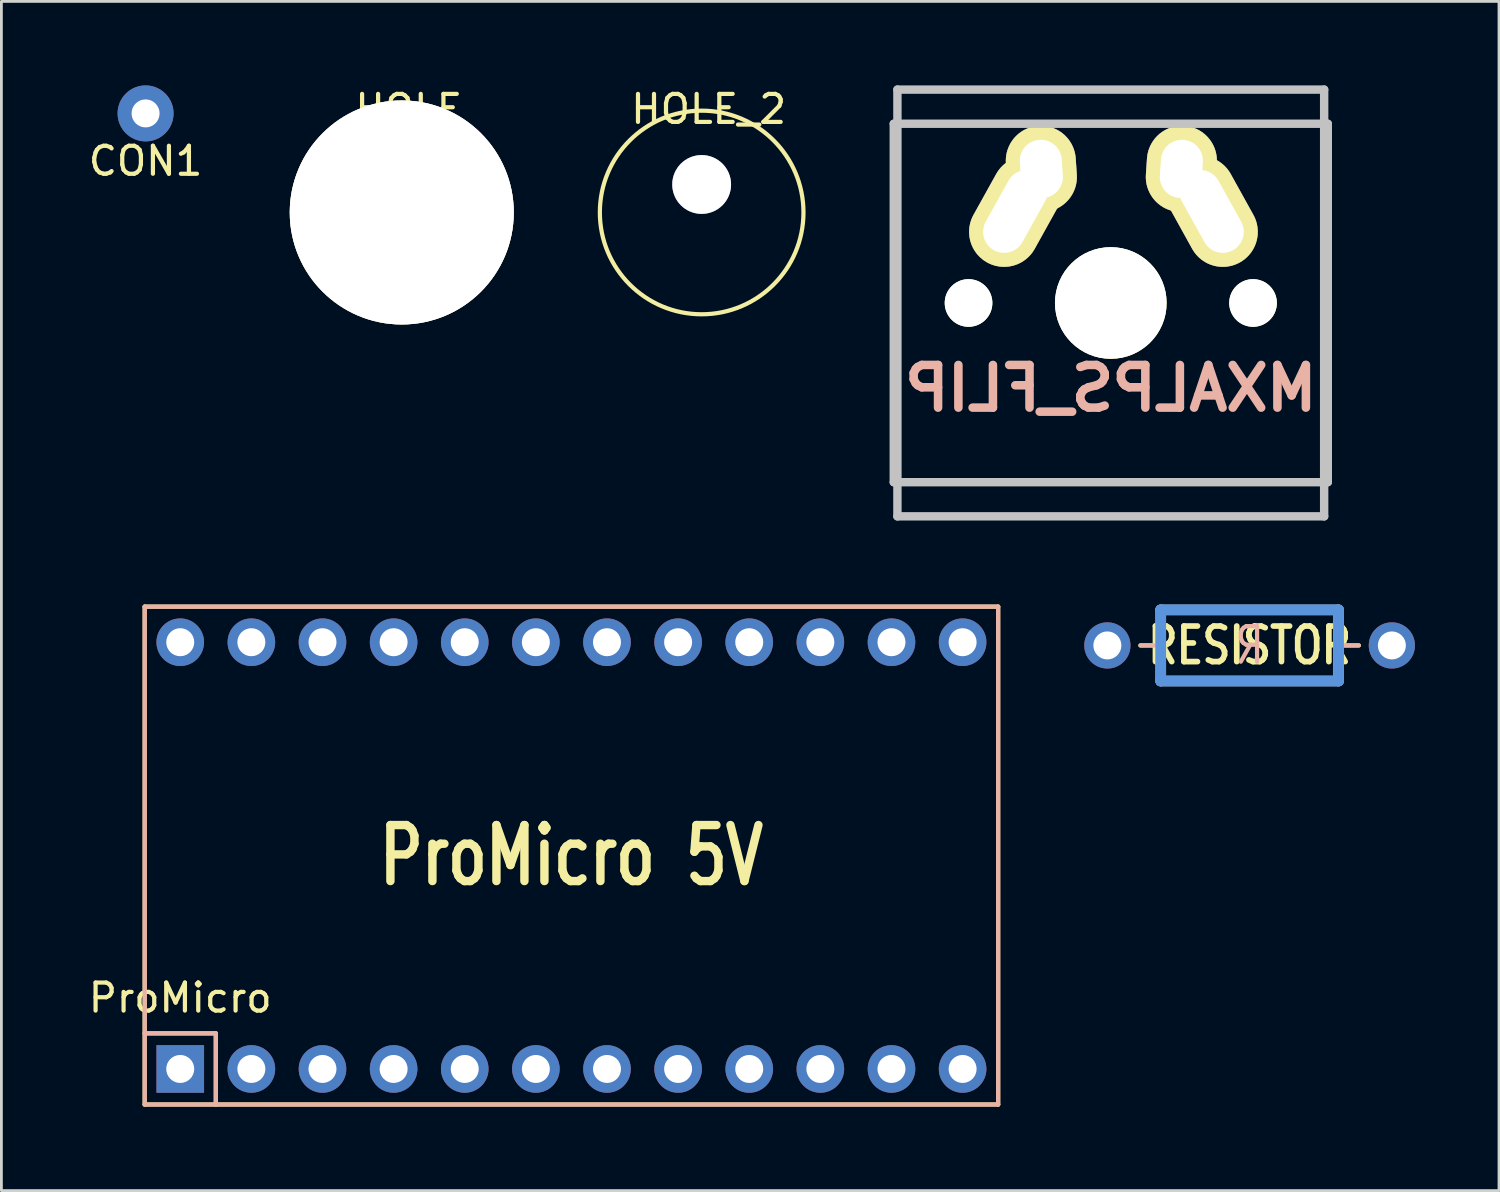
<source format=kicad_pcb>
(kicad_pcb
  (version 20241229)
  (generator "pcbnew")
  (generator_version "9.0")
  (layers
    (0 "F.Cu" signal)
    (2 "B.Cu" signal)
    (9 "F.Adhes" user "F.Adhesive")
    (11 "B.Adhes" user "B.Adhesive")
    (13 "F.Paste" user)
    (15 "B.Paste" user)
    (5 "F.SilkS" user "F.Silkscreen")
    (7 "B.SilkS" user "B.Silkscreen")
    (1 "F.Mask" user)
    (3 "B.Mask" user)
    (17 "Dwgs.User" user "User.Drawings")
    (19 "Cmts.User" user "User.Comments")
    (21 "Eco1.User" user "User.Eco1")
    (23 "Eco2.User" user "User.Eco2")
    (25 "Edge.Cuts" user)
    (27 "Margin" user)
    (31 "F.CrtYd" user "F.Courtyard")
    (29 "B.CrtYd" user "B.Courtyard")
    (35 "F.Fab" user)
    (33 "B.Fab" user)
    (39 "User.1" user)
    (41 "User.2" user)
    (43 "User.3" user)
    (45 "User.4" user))
  (footprint "HOLE_2"
    (layer "F.Cu")
    (at 23.658 5.238)
    (property "Reference" "HOLE_2" (at -1.4 -4.39 0) (layer "F.SilkS") (effects (font (size 1 1) (thickness 0.15))))
    (attr through_hole)
    (fp_circle (center -1.65 -0.7) (end 0.85 1.94) (stroke (width 0.15) (type solid)) (fill no) (layer "F.SilkS"))
    (pad "" thru_hole circle (at -1.65 -1.7) (size 2.1 2.1) (drill 2.1) (layers "*.Cu" "*.Mask")))
  (footprint "CON1"
    (layer "F.Cu")
    (at 2.149 1)
    (property "Reference" "CON1" (at 0 1.7 0) (layer "F.SilkS") (effects (font (size 1 1) (thickness 0.15))))
    (attr through_hole)
    (pad "1" thru_hole circle (at 0 0) (size 2 2) (drill 1) (layers "*.Cu" "*.Mask")))
  (footprint "HOLE"
    (layer "F.Cu")
    (at 12.948 5.238)
    (property "Reference" "HOLE" (at -1.4 -4.39 0) (layer "F.SilkS") (effects (font (size 1 1) (thickness 0.15))))
    (attr through_hole)
    (fp_circle (center -1.65 -0.7) (end 0.85 1.94) (stroke (width 0.15) (type solid)) (fill no) (layer "F.SilkS"))
    (pad "" thru_hole circle (at -1.65 -0.7) (size 8 8) (drill 8) (layers "*.Cu" "*.Mask" "F.SilkS")))
  (footprint "MXALPS_FLIP"
    (layer "F.Cu")
    (at 36.619 7.77)
    (property "Reference" "MXALPS_FLIP" (at 0 3.048 0) (layer "B.SilkS") (effects (font (size 1.524 1.524) (thickness 0.305)) (justify mirror)))
    (attr through_hole)
    (fp_line (start -7.75 6.4) (end -7.75 -6.4) (stroke (width 0.3) (type solid)) (layer "Dwgs.User"))
    (fp_line (start -7.75 6.4) (end 7.75 6.4) (stroke (width 0.3) (type solid)) (layer "Dwgs.User"))
    (fp_line (start -7.62 -7.62) (end 7.62 -7.62) (stroke (width 0.3) (type solid)) (layer "Dwgs.User"))
    (fp_line (start -7.62 7.62) (end -7.62 -7.62) (stroke (width 0.3) (type solid)) (layer "Dwgs.User"))
    (fp_line (start 7.62 -7.62) (end 7.62 7.62) (stroke (width 0.3) (type solid)) (layer "Dwgs.User"))
    (fp_line (start 7.62 7.62) (end -7.62 7.62) (stroke (width 0.3) (type solid)) (layer "Dwgs.User"))
    (fp_line (start 7.75 -6.4) (end -7.75 -6.4) (stroke (width 0.3) (type solid)) (layer "Dwgs.User"))
    (fp_line (start 7.75 6.4) (end 7.75 -6.4) (stroke (width 0.3) (type solid)) (layer "Dwgs.User"))
    (pad "" np_thru_hole circle (at -5.08 0) (size 1.702 1.702) (drill 1.702) (layers "*.Cu" "*.Mask" "F.SilkS"))
    (pad "" np_thru_hole circle (at 0 0) (size 3.988 3.988) (drill 3.988) (layers "*.Cu" "*.Mask" "F.SilkS"))
    (pad "" np_thru_hole circle (at 5.08 0) (size 1.702 1.702) (drill 1.702) (layers "*.Cu" "*.Mask" "F.SilkS"))
    (pad "1" thru_hole oval (at -3.405 -3.27 330.95) (size 2.5 4.17) (drill oval 1.5 3.17) (layers "*.Cu" "*.Mask" "F.SilkS"))
    (pad "1" thru_hole oval (at -2.48 -4.79 3.9) (size 2.5 3.08) (drill oval 1.5 2.08) (layers "*.Cu" "*.Mask" "F.SilkS"))
    (pad "2" thru_hole oval (at 2.52 -4.79 356.1) (size 2.5 3.08) (drill oval 1.5 2.08) (layers "*.Cu" "*.Mask" "F.SilkS"))
    (pad "2" thru_hole oval (at 3.595 -3.27 29) (size 2.5 4.17) (drill oval 1.5 3.17) (layers "*.Cu" "*.Mask" "F.SilkS")))
  (footprint "RESISTOR"
    (layer "F.Cu")
    (at 41.577 20)
    (property "Reference" "RESISTOR" (at 0 0 0) (layer "F.SilkS") (effects (font (size 1.27 1.016) (thickness 0.203))))
    (attr through_hole)
    (fp_line (start -3.2 -1.3) (end 3.2 -1.3) (stroke (width 0.15) (type solid)) (layer "F.SilkS"))
    (fp_line (start -3.2 0) (end -3.9 0) (stroke (width 0.15) (type solid)) (layer "F.SilkS"))
    (fp_line (start -3.2 1.3) (end -3.2 -1.3) (stroke (width 0.15) (type solid)) (layer "F.SilkS"))
    (fp_line (start 3.2 -1.3) (end 3.2 1.3) (stroke (width 0.15) (type solid)) (layer "F.SilkS"))
    (fp_line (start 3.2 0) (end 3.9 0) (stroke (width 0.15) (type solid)) (layer "F.SilkS"))
    (fp_line (start 3.2 1.3) (end -3.2 1.3) (stroke (width 0.15) (type solid)) (layer "F.SilkS"))
    (fp_line (start -3.9 0) (end -3.2 0) (stroke (width 0.15) (type solid)) (layer "B.SilkS"))
    (fp_line (start -3.2 -1.3) (end 3.2 -1.3) (stroke (width 0.15) (type solid)) (layer "B.SilkS"))
    (fp_line (start -3.2 1.3) (end -3.2 -1.3) (stroke (width 0.15) (type solid)) (layer "B.SilkS"))
    (fp_line (start 3.2 -1.3) (end 3.2 1.3) (stroke (width 0.15) (type solid)) (layer "B.SilkS"))
    (fp_line (start 3.2 0) (end 3.9 0) (stroke (width 0.15) (type solid)) (layer "B.SilkS"))
    (fp_line (start 3.2 1.3) (end -3.2 1.3) (stroke (width 0.15) (type solid)) (layer "B.SilkS"))
    (fp_line (start -3.175 -1.27) (end 3.175 -1.27) (stroke (width 0.381) (type solid)) (layer "Dwgs.User"))
    (fp_line (start -3.175 1.27) (end -3.175 -1.27) (stroke (width 0.381) (type solid)) (layer "Dwgs.User"))
    (fp_line (start 0 0) (end 0 0) (stroke (width 0.025) (type solid)) (layer "Dwgs.User"))
    (fp_line (start 3.175 -1.27) (end 3.175 1.27) (stroke (width 0.381) (type solid)) (layer "Dwgs.User"))
    (fp_line (start 3.175 1.27) (end -3.175 1.27) (stroke (width 0.381) (type solid)) (layer "Dwgs.User"))
    (fp_line (start -3.175 -1.27) (end 3.175 -1.27) (stroke (width 0.381) (type solid)) (layer "Cmts.User"))
    (fp_line (start -3.175 1.27) (end -3.175 -1.27) (stroke (width 0.381) (type solid)) (layer "Cmts.User"))
    (fp_line (start 3.175 -1.27) (end 3.175 1.27) (stroke (width 0.381) (type solid)) (layer "Cmts.User"))
    (fp_line (start 3.175 1.27) (end -3.175 1.27) (stroke (width 0.381) (type solid)) (layer "Cmts.User"))
    (fp_text user "R" (at 0 0 0) (layer "B.SilkS") (effects (font (size 1.27 1.016) (thickness 0.15)) (justify mirror)))
    (pad "1" thru_hole circle (at -5.08 0) (size 1.651 1.651) (drill 1) (layers "*.Cu" "*.Mask"))
    (pad "2" thru_hole circle (at 5.08 0) (size 1.651 1.651) (drill 1) (layers "*.Cu" "*.Mask")))
  (footprint "ProMicro"
    (layer "F.Cu")
    (at 17.357 27.505)
    (property "Reference" "ProMicro" (at -13.97 5.08 0) (layer "F.SilkS") (effects (font (size 1 1) (thickness 0.15))))
    (attr through_hole)
    (fp_line (start -15.24 -8.89) (end 15.24 -8.89) (stroke (width 0.15) (type solid)) (layer "F.SilkS"))
    (fp_line (start -15.24 8.89) (end -15.24 -8.89) (stroke (width 0.15) (type solid)) (layer "F.SilkS"))
    (fp_line (start -12.7 6.35) (end -15.24 6.35) (stroke (width 0.15) (type solid)) (layer "F.SilkS"))
    (fp_line (start -12.7 8.89) (end -12.7 6.35) (stroke (width 0.15) (type solid)) (layer "F.SilkS"))
    (fp_line (start 15.24 -8.89) (end 15.24 8.89) (stroke (width 0.15) (type solid)) (layer "F.SilkS"))
    (fp_line (start 15.24 8.89) (end -15.24 8.89) (stroke (width 0.15) (type solid)) (layer "F.SilkS"))
    (fp_line (start -15.24 -8.89) (end 15.24 -8.89) (stroke (width 0.15) (type solid)) (layer "B.SilkS"))
    (fp_line (start -15.24 6.35) (end -12.7 6.35) (stroke (width 0.15) (type solid)) (layer "B.SilkS"))
    (fp_line (start -15.24 8.89) (end -15.24 -8.89) (stroke (width 0.15) (type solid)) (layer "B.SilkS"))
    (fp_line (start -12.7 6.35) (end -12.7 8.89) (stroke (width 0.15) (type solid)) (layer "B.SilkS"))
    (fp_line (start 15.24 -8.89) (end 15.24 8.89) (stroke (width 0.15) (type solid)) (layer "B.SilkS"))
    (fp_line (start 15.24 8.89) (end -15.24 8.89) (stroke (width 0.15) (type solid)) (layer "B.SilkS"))
    (fp_text user "ProMicro 5V" (at 0 0 0) (layer "F.SilkS") (effects (font (size 2 1.5) (thickness 0.3))))
    (pad "1" thru_hole rect (at -13.97 7.62) (size 1.7 1.7) (drill 1) (layers "*.Cu" "*.Mask"))
    (pad "2" thru_hole circle (at -11.43 7.62) (size 1.7 1.7) (drill 1) (layers "*.Cu" "*.Mask"))
    (pad "3" thru_hole circle (at -8.89 7.62) (size 1.7 1.7) (drill 1) (layers "*.Cu" "*.Mask"))
    (pad "4" thru_hole circle (at -6.35 7.62) (size 1.7 1.7) (drill 1) (layers "*.Cu" "*.Mask"))
    (pad "5" thru_hole circle (at -3.81 7.62) (size 1.7 1.7) (drill 1) (layers "*.Cu" "*.Mask"))
    (pad "6" thru_hole circle (at -1.27 7.62) (size 1.7 1.7) (drill 1) (layers "*.Cu" "*.Mask"))
    (pad "7" thru_hole circle (at 1.27 7.62) (size 1.7 1.7) (drill 1) (layers "*.Cu" "*.Mask"))
    (pad "8" thru_hole circle (at 3.81 7.62) (size 1.7 1.7) (drill 1) (layers "*.Cu" "*.Mask"))
    (pad "9" thru_hole circle (at 6.35 7.62) (size 1.7 1.7) (drill 1) (layers "*.Cu" "*.Mask"))
    (pad "10" thru_hole circle (at 8.89 7.62) (size 1.7 1.7) (drill 1) (layers "*.Cu" "*.Mask"))
    (pad "11" thru_hole circle (at 11.43 7.62) (size 1.7 1.7) (drill 1) (layers "*.Cu" "*.Mask"))
    (pad "12" thru_hole circle (at 13.97 7.62) (size 1.7 1.7) (drill 1) (layers "*.Cu" "*.Mask"))
    (pad "13" thru_hole circle (at 13.97 -7.62) (size 1.7 1.7) (drill 1) (layers "*.Cu" "*.Mask"))
    (pad "14" thru_hole circle (at 11.43 -7.62) (size 1.7 1.7) (drill 1) (layers "*.Cu" "*.Mask"))
    (pad "15" thru_hole circle (at 8.89 -7.62) (size 1.7 1.7) (drill 1) (layers "*.Cu" "*.Mask"))
    (pad "16" thru_hole circle (at 6.35 -7.62) (size 1.7 1.7) (drill 1) (layers "*.Cu" "*.Mask"))
    (pad "17" thru_hole circle (at 3.81 -7.62) (size 1.7 1.7) (drill 1) (layers "*.Cu" "*.Mask"))
    (pad "18" thru_hole circle (at 1.27 -7.62) (size 1.7 1.7) (drill 1) (layers "*.Cu" "*.Mask"))
    (pad "19" thru_hole circle (at -1.27 -7.62) (size 1.7 1.7) (drill 1) (layers "*.Cu" "*.Mask"))
    (pad "20" thru_hole circle (at -3.81 -7.62) (size 1.7 1.7) (drill 1) (layers "*.Cu" "*.Mask"))
    (pad "21" thru_hole circle (at -6.35 -7.62) (size 1.7 1.7) (drill 1) (layers "*.Cu" "*.Mask"))
    (pad "22" thru_hole circle (at -8.89 -7.62) (size 1.7 1.7) (drill 1) (layers "*.Cu" "*.Mask"))
    (pad "23" thru_hole circle (at -11.43 -7.62) (size 1.7 1.7) (drill 1) (layers "*.Cu" "*.Mask"))
    (pad "24" thru_hole circle (at -13.97 -7.62) (size 1.7 1.7) (drill 1) (layers "*.Cu" "*.Mask")))
  (gr_rect
    (start -3 -3)
    (end 50.483 39.47)
    (stroke (width 0.1) (type default))
    (fill no)
    (layer "Edge.Cuts")))
</source>
